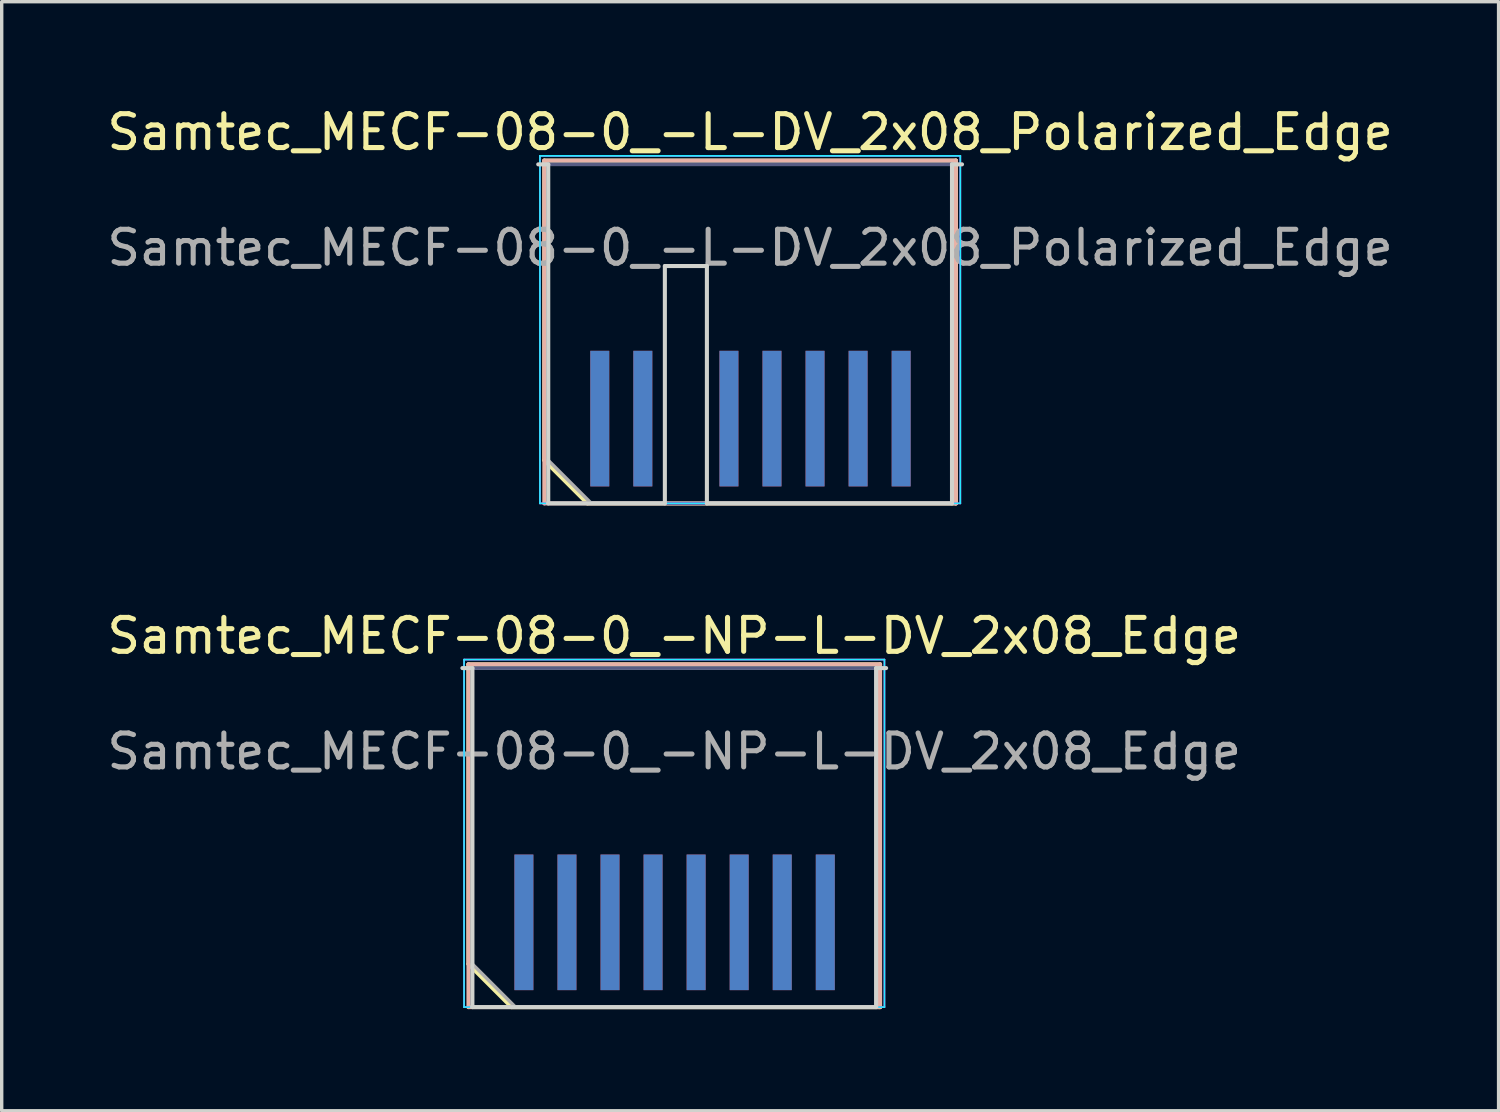
<source format=kicad_pcb>
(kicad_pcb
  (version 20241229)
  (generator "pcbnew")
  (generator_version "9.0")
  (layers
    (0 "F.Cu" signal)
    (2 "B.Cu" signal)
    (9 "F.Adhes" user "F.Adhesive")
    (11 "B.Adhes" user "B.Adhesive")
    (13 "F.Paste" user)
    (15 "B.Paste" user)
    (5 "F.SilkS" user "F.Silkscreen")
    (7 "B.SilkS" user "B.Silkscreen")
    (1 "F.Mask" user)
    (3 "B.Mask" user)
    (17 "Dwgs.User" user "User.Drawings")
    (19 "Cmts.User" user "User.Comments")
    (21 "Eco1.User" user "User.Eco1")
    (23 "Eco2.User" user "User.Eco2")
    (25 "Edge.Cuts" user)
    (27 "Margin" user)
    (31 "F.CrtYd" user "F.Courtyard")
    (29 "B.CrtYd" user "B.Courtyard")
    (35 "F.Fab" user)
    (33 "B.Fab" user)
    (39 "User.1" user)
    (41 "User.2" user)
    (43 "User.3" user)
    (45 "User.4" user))
  (footprint "Samtec_MECF-08-0_-NP-L-DV_2x08_Edge"
    (layer "F.Cu")
    (at 16.839 21.657)
    (property "Reference" "Samtec_MECF-08-0_-NP-L-DV_2x08_Edge" (at 0 -5.95 0) (layer "F.SilkS") (effects (font (size 1 1) (thickness 0.15))))
    (attr exclude_from_pos_files exclude_from_bom)
    (fp_line (start -6.07 -5.11) (end 6.07 -5.11) (stroke (width 0.12) (type solid)) (layer "F.SilkS"))
    (fp_line (start -6.07 3.73) (end -6.07 -5.11) (stroke (width 0.12) (type solid)) (layer "F.SilkS"))
    (fp_line (start -4.8 5) (end -6.07 3.73) (stroke (width 0.12) (type solid)) (layer "F.SilkS"))
    (fp_line (start -4.8 5) (end 6.07 5) (stroke (width 0.12) (type solid)) (layer "F.SilkS"))
    (fp_line (start 6.07 5) (end 6.07 -5.11) (stroke (width 0.12) (type solid)) (layer "F.SilkS"))
    (fp_line (start -6.07 -5.11) (end 6.07 -5.11) (stroke (width 0.12) (type solid)) (layer "B.SilkS"))
    (fp_line (start -6.07 5) (end -6.07 -5.11) (stroke (width 0.12) (type solid)) (layer "B.SilkS"))
    (fp_line (start -6.07 5) (end 6.07 5) (stroke (width 0.12) (type solid)) (layer "B.SilkS"))
    (fp_line (start 6.07 5) (end 6.07 -5.11) (stroke (width 0.12) (type solid)) (layer "B.SilkS"))
    (fp_line (start -6.25 -5) (end -5.955 -5) (stroke (width 0.12) (type solid)) (layer "Edge.Cuts"))
    (fp_line (start -5.955 5) (end -5.955 -5) (stroke (width 0.12) (type solid)) (layer "Edge.Cuts"))
    (fp_line (start -5.955 5) (end 5.955 5) (stroke (width 0.12) (type solid)) (layer "Edge.Cuts"))
    (fp_line (start 5.955 5) (end 5.955 -5) (stroke (width 0.12) (type solid)) (layer "Edge.Cuts"))
    (fp_line (start 6.25 -5) (end 5.955 -5) (stroke (width 0.12) (type solid)) (layer "Edge.Cuts"))
    (fp_line (start -6.2 -5.25) (end -6.2 5) (stroke (width 0.05) (type solid)) (layer "B.CrtYd"))
    (fp_line (start -6.2 5) (end 6.2 5) (stroke (width 0.05) (type solid)) (layer "B.CrtYd"))
    (fp_line (start 6.2 -5.25) (end -6.2 -5.25) (stroke (width 0.05) (type solid)) (layer "B.CrtYd"))
    (fp_line (start 6.2 5) (end 6.2 -5.25) (stroke (width 0.05) (type solid)) (layer "B.CrtYd"))
    (fp_line (start -6.2 -5.25) (end -6.2 5) (stroke (width 0.05) (type solid)) (layer "F.CrtYd"))
    (fp_line (start -6.2 5) (end 6.2 5) (stroke (width 0.05) (type solid)) (layer "F.CrtYd"))
    (fp_line (start 6.2 -5.25) (end -6.2 -5.25) (stroke (width 0.05) (type solid)) (layer "F.CrtYd"))
    (fp_line (start 6.2 5) (end 6.2 -5.25) (stroke (width 0.05) (type solid)) (layer "F.CrtYd"))
    (fp_line (start -5.955 -5) (end 5.955 -5) (stroke (width 0.1) (type solid)) (layer "B.Fab"))
    (fp_line (start -5.955 5) (end -5.955 -5) (stroke (width 0.1) (type solid)) (layer "B.Fab"))
    (fp_line (start -5.955 5) (end 5.955 5) (stroke (width 0.1) (type solid)) (layer "B.Fab"))
    (fp_line (start 5.955 5) (end 5.955 -5) (stroke (width 0.1) (type solid)) (layer "B.Fab"))
    (fp_line (start -5.955 -5) (end 5.955 -5) (stroke (width 0.1) (type solid)) (layer "F.Fab"))
    (fp_line (start -5.955 3.73) (end -5.955 -5) (stroke (width 0.1) (type solid)) (layer "F.Fab"))
    (fp_line (start -5.955 3.73) (end -4.685 5) (stroke (width 0.1) (type solid)) (layer "F.Fab"))
    (fp_line (start -4.685 5) (end 5.955 5) (stroke (width 0.1) (type solid)) (layer "F.Fab"))
    (fp_line (start 5.955 5) (end 5.955 -5) (stroke (width 0.1) (type solid)) (layer "F.Fab"))
    (fp_text user "${REFERENCE}" (at 0 -2.54 0) (layer "F.Fab") (effects (font (size 1 1) (thickness 0.15))))
    (pad "1" smd rect (at -4.435 2.5) (size 0.56 4) (layers "F.Cu" "F.Mask" "F.Paste"))
    (pad "2" smd rect (at -4.435 2.5) (size 0.56 4) (layers "B.Cu" "B.Mask" "B.Paste"))
    (pad "3" smd rect (at -3.165 2.5) (size 0.56 4) (layers "F.Cu" "F.Mask" "F.Paste"))
    (pad "4" smd rect (at -3.165 2.5) (size 0.56 4) (layers "B.Cu" "B.Mask" "B.Paste"))
    (pad "5" smd rect (at -1.895 2.5) (size 0.56 4) (layers "F.Cu" "F.Mask" "F.Paste"))
    (pad "6" smd rect (at -1.895 2.5) (size 0.56 4) (layers "B.Cu" "B.Mask" "B.Paste"))
    (pad "7" smd rect (at -0.625 2.5) (size 0.56 4) (layers "F.Cu" "F.Mask" "F.Paste"))
    (pad "8" smd rect (at -0.625 2.5) (size 0.56 4) (layers "B.Cu" "B.Mask" "B.Paste"))
    (pad "9" smd rect (at 0.645 2.5) (size 0.56 4) (layers "F.Cu" "F.Mask" "F.Paste"))
    (pad "10" smd rect (at 0.645 2.5) (size 0.56 4) (layers "B.Cu" "B.Mask" "B.Paste"))
    (pad "11" smd rect (at 1.915 2.5) (size 0.56 4) (layers "F.Cu" "F.Mask" "F.Paste"))
    (pad "12" smd rect (at 1.915 2.5) (size 0.56 4) (layers "B.Cu" "B.Mask" "B.Paste"))
    (pad "13" smd rect (at 3.185 2.5) (size 0.56 4) (layers "F.Cu" "F.Mask" "F.Paste"))
    (pad "14" smd rect (at 3.185 2.5) (size 0.56 4) (layers "B.Cu" "B.Mask" "B.Paste"))
    (pad "15" smd rect (at 4.455 2.5) (size 0.56 4) (layers "F.Cu" "F.Mask" "F.Paste"))
    (pad "16" smd rect (at 4.455 2.5) (size 0.56 4) (layers "B.Cu" "B.Mask" "B.Paste")))
  (footprint "Samtec_MECF-08-0_-L-DV_2x08_Polarized_Edge"
    (layer "F.Cu")
    (at 19.077 6.798)
    (property "Reference" "Samtec_MECF-08-0_-L-DV_2x08_Polarized_Edge" (at 0 -5.95 0) (layer "F.SilkS") (effects (font (size 1 1) (thickness 0.15))))
    (attr exclude_from_pos_files exclude_from_bom)
    (fp_line (start -6.07 -5.11) (end 6.07 -5.11) (stroke (width 0.12) (type solid)) (layer "F.SilkS"))
    (fp_line (start -6.07 3.73) (end -6.07 -5.11) (stroke (width 0.12) (type solid)) (layer "F.SilkS"))
    (fp_line (start -4.8 5) (end -6.07 3.73) (stroke (width 0.12) (type solid)) (layer "F.SilkS"))
    (fp_line (start -4.8 5) (end 6.07 5) (stroke (width 0.12) (type solid)) (layer "F.SilkS"))
    (fp_line (start 6.07 5) (end 6.07 -5.11) (stroke (width 0.12) (type solid)) (layer "F.SilkS"))
    (fp_line (start -6.07 -5.11) (end 6.07 -5.11) (stroke (width 0.12) (type solid)) (layer "B.SilkS"))
    (fp_line (start -6.07 5) (end -6.07 -5.11) (stroke (width 0.12) (type solid)) (layer "B.SilkS"))
    (fp_line (start -6.07 5) (end 6.07 5) (stroke (width 0.12) (type solid)) (layer "B.SilkS"))
    (fp_line (start 6.07 5) (end 6.07 -5.11) (stroke (width 0.12) (type solid)) (layer "B.SilkS"))
    (fp_line (start -6.25 -5) (end -5.955 -5) (stroke (width 0.12) (type solid)) (layer "Edge.Cuts"))
    (fp_line (start -5.955 5) (end -5.955 -5) (stroke (width 0.12) (type solid)) (layer "Edge.Cuts"))
    (fp_line (start -5.955 5) (end -2.515 5) (stroke (width 0.12) (type solid)) (layer "Edge.Cuts"))
    (fp_line (start -2.515 -2) (end -1.275 -2) (stroke (width 0.12) (type solid)) (layer "Edge.Cuts"))
    (fp_line (start -2.515 5) (end -2.515 -2) (stroke (width 0.12) (type solid)) (layer "Edge.Cuts"))
    (fp_line (start -1.275 5) (end -1.275 -2) (stroke (width 0.12) (type solid)) (layer "Edge.Cuts"))
    (fp_line (start -1.275 5) (end 5.955 5) (stroke (width 0.12) (type solid)) (layer "Edge.Cuts"))
    (fp_line (start 5.955 5) (end 5.955 -5) (stroke (width 0.12) (type solid)) (layer "Edge.Cuts"))
    (fp_line (start 6.25 -5) (end 5.955 -5) (stroke (width 0.12) (type solid)) (layer "Edge.Cuts"))
    (fp_line (start -6.2 -5.25) (end -6.2 5) (stroke (width 0.05) (type solid)) (layer "B.CrtYd"))
    (fp_line (start -6.2 5) (end 6.2 5) (stroke (width 0.05) (type solid)) (layer "B.CrtYd"))
    (fp_line (start 6.2 -5.25) (end -6.2 -5.25) (stroke (width 0.05) (type solid)) (layer "B.CrtYd"))
    (fp_line (start 6.2 5) (end 6.2 -5.25) (stroke (width 0.05) (type solid)) (layer "B.CrtYd"))
    (fp_line (start -6.2 -5.25) (end -6.2 5) (stroke (width 0.05) (type solid)) (layer "F.CrtYd"))
    (fp_line (start -6.2 5) (end 6.2 5) (stroke (width 0.05) (type solid)) (layer "F.CrtYd"))
    (fp_line (start 6.2 -5.25) (end -6.2 -5.25) (stroke (width 0.05) (type solid)) (layer "F.CrtYd"))
    (fp_line (start 6.2 5) (end 6.2 -5.25) (stroke (width 0.05) (type solid)) (layer "F.CrtYd"))
    (fp_line (start -5.955 -5) (end 5.955 -5) (stroke (width 0.1) (type solid)) (layer "B.Fab"))
    (fp_line (start -5.955 5) (end -5.955 -5) (stroke (width 0.1) (type solid)) (layer "B.Fab"))
    (fp_line (start -5.955 5) (end 5.955 5) (stroke (width 0.1) (type solid)) (layer "B.Fab"))
    (fp_line (start 5.955 5) (end 5.955 -5) (stroke (width 0.1) (type solid)) (layer "B.Fab"))
    (fp_line (start -5.955 -5) (end 5.955 -5) (stroke (width 0.1) (type solid)) (layer "F.Fab"))
    (fp_line (start -5.955 3.73) (end -5.955 -5) (stroke (width 0.1) (type solid)) (layer "F.Fab"))
    (fp_line (start -5.955 3.73) (end -4.685 5) (stroke (width 0.1) (type solid)) (layer "F.Fab"))
    (fp_line (start -4.685 5) (end 5.955 5) (stroke (width 0.1) (type solid)) (layer "F.Fab"))
    (fp_line (start 5.955 5) (end 5.955 -5) (stroke (width 0.1) (type solid)) (layer "F.Fab"))
    (fp_text user "${REFERENCE}" (at 0 -2.54 0) (layer "F.Fab") (effects (font (size 1 1) (thickness 0.15))))
    (pad "1" connect rect (at -4.435 2.5) (size 0.56 4) (layers "F.Cu" "F.Mask"))
    (pad "2" connect rect (at -4.435 2.5) (size 0.56 4) (layers "B.Cu" "B.Mask"))
    (pad "3" connect rect (at -3.165 2.5) (size 0.56 4) (layers "F.Cu" "F.Mask"))
    (pad "4" connect rect (at -3.165 2.5) (size 0.56 4) (layers "B.Cu" "B.Mask"))
    (pad "7" connect rect (at -0.625 2.5) (size 0.56 4) (layers "F.Cu" "F.Mask"))
    (pad "8" connect rect (at -0.625 2.5) (size 0.56 4) (layers "B.Cu" "B.Mask"))
    (pad "9" connect rect (at 0.645 2.5) (size 0.56 4) (layers "F.Cu" "F.Mask"))
    (pad "10" connect rect (at 0.645 2.5) (size 0.56 4) (layers "B.Cu" "B.Mask"))
    (pad "11" connect rect (at 1.915 2.5) (size 0.56 4) (layers "F.Cu" "F.Mask"))
    (pad "12" connect rect (at 1.915 2.5) (size 0.56 4) (layers "B.Cu" "B.Mask"))
    (pad "13" connect rect (at 3.185 2.5) (size 0.56 4) (layers "F.Cu" "F.Mask"))
    (pad "14" connect rect (at 3.185 2.5) (size 0.56 4) (layers "B.Cu" "B.Mask"))
    (pad "15" connect rect (at 4.455 2.5) (size 0.56 4) (layers "F.Cu" "F.Mask"))
    (pad "16" connect rect (at 4.455 2.5) (size 0.56 4) (layers "B.Cu" "B.Mask")))
  (gr_rect
    (start -3 -3)
    (end 41.155 29.716)
    (stroke (width 0.1) (type default))
    (fill no)
    (layer "Edge.Cuts")))
</source>
